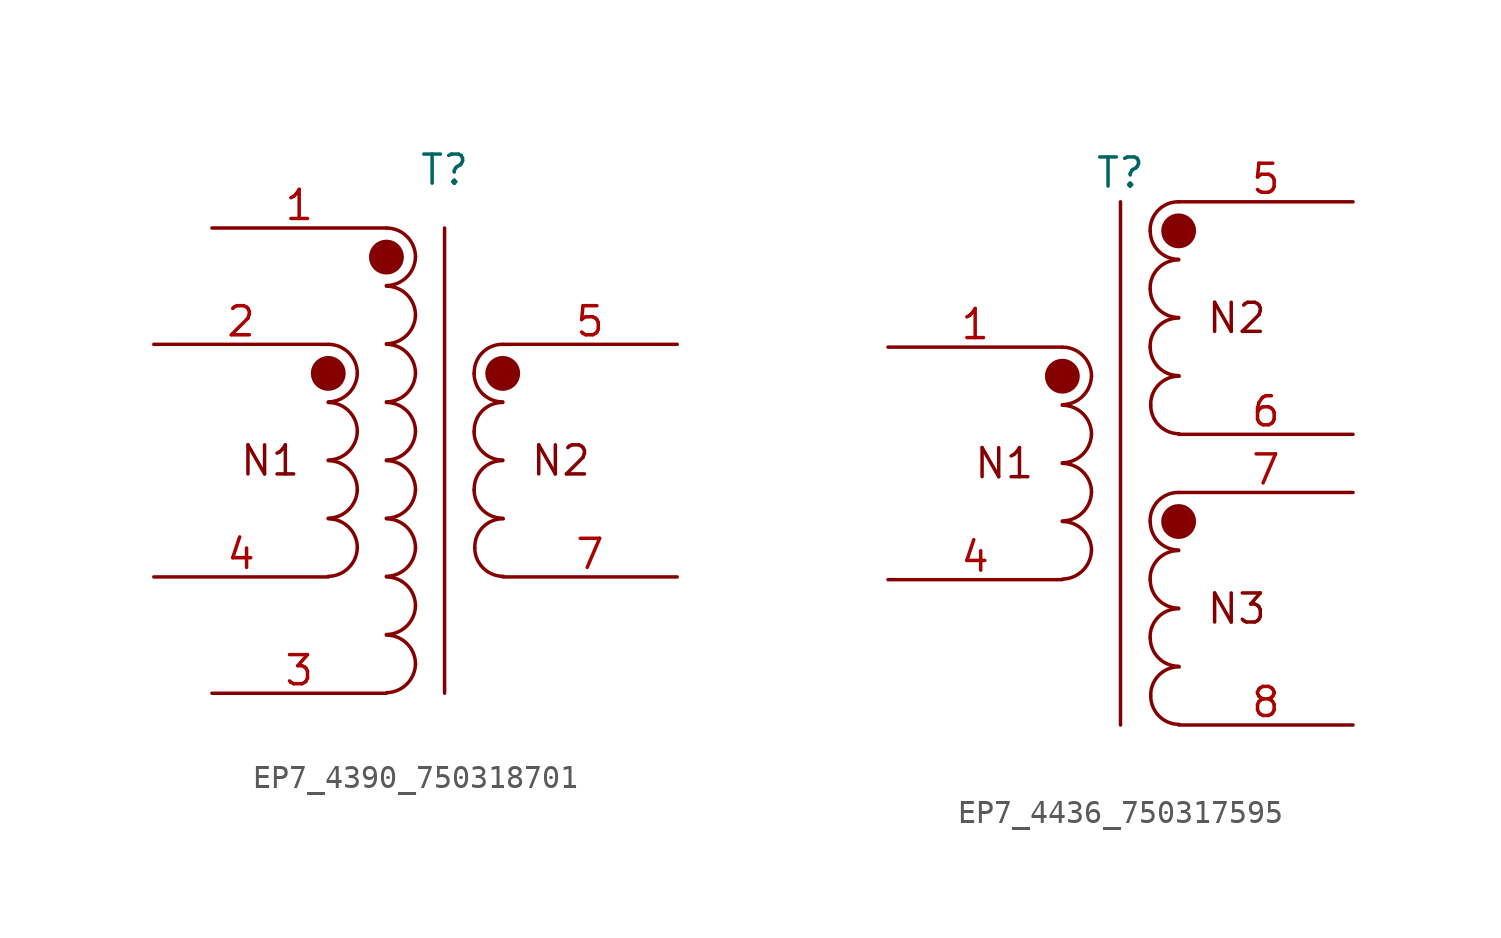
<source format=kicad_sym>
(kicad_symbol_lib
  (version 20220914)
  (generator kicad_symbol_editor)
  (symbol "EP7_4390_750318701"
    (pin_names hide)
    (property "Reference" "T"
      (at 0 12.7 0)
      (effects (font (size 1.27 1.27))))
    (symbol "EP7_4390_750318701_0_1"
      (arc (start -5.08 -5.0546) (mid -4.1961 -4.6863) (end -3.81 -3.81) (stroke (width 0) (type default)) (fill (type none)))
      (arc (start -5.08 -2.5146) (mid -4.1961 -2.1463) (end -3.81 -1.27) (stroke (width 0) (type default)) (fill (type none)))
      (arc (start -5.08 0.0254) (mid -4.1961 0.3937) (end -3.81 1.27) (stroke (width 0) (type default)) (fill (type none)))
      (arc (start -5.08 2.5654) (mid -4.1961 2.9337) (end -3.81 3.81) (stroke (width 0) (type default)) (fill (type none)))
      (arc (start -3.81 -3.81) (mid -4.182 -2.912) (end -5.08 -2.54) (stroke (width 0) (type default)) (fill (type none)))
      (arc (start -3.81 -1.27) (mid -4.182 -0.372) (end -5.08 0) (stroke (width 0) (type default)) (fill (type none)))
      (arc (start -3.81 1.27) (mid -4.182 2.168) (end -5.08 2.54) (stroke (width 0) (type default)) (fill (type none)))
      (arc (start -3.81 3.81) (mid -4.182 4.708) (end -5.08 5.08) (stroke (width 0) (type default)) (fill (type none)))
      (arc (start -2.54 -10.1346) (mid -1.6561 -9.7663) (end -1.27 -8.89) (stroke (width 0) (type default)) (fill (type none)))
      (arc (start -2.54 -7.5946) (mid -1.6561 -7.2263) (end -1.27 -6.35) (stroke (width 0) (type default)) (fill (type none)))
      (arc (start -2.54 -5.0546) (mid -1.6561 -4.6863) (end -1.27 -3.81) (stroke (width 0) (type default)) (fill (type none)))
      (arc (start -2.54 -2.5146) (mid -1.6561 -2.1463) (end -1.27 -1.27) (stroke (width 0) (type default)) (fill (type none)))
      (arc (start -2.54 0.0254) (mid -1.6561 0.3937) (end -1.27 1.27) (stroke (width 0) (type default)) (fill (type none)))
      (arc (start -2.54 2.5654) (mid -1.6561 2.9337) (end -1.27 3.81) (stroke (width 0) (type default)) (fill (type none)))
      (arc (start -2.54 5.1054) (mid -1.6561 5.4737) (end -1.27 6.35) (stroke (width 0) (type default)) (fill (type none)))
      (arc (start -2.54 7.6454) (mid -1.6561 8.0137) (end -1.27 8.89) (stroke (width 0) (type default)) (fill (type none)))
      (arc (start -1.27 -8.89) (mid -1.642 -7.992) (end -2.54 -7.62) (stroke (width 0) (type default)) (fill (type none)))
      (arc (start -1.27 -6.35) (mid -1.642 -5.452) (end -2.54 -5.08) (stroke (width 0) (type default)) (fill (type none)))
      (arc (start -1.27 -3.81) (mid -1.642 -2.912) (end -2.54 -2.54) (stroke (width 0) (type default)) (fill (type none)))
      (arc (start -1.27 -1.27) (mid -1.642 -0.372) (end -2.54 0) (stroke (width 0) (type default)) (fill (type none)))
      (arc (start -1.27 1.27) (mid -1.642 2.168) (end -2.54 2.54) (stroke (width 0) (type default)) (fill (type none)))
      (arc (start -1.27 3.81) (mid -1.642 4.708) (end -2.54 5.08) (stroke (width 0) (type default)) (fill (type none)))
      (arc (start -1.27 6.35) (mid -1.642 7.248) (end -2.54 7.62) (stroke (width 0) (type default)) (fill (type none)))
      (arc (start -1.27 8.89) (mid -1.642 9.788) (end -2.54 10.16) (stroke (width 0) (type default)) (fill (type none)))
      (polyline (pts (xy 0 10.16) (xy 0 -10.16)) (stroke (width 0) (type default)) (fill (type none)))
      (arc (start 1.2954 -1.27) (mid 1.6599 -2.1501) (end 2.54 -2.5146) (stroke (width 0) (type default)) (fill (type none)))
      (arc (start 1.2954 1.27) (mid 1.6599 0.3899) (end 2.54 0.0254) (stroke (width 0) (type default)) (fill (type none)))
      (arc (start 1.2954 3.81) (mid 1.6599 2.9299) (end 2.54 2.5654) (stroke (width 0) (type default)) (fill (type none)))
      (arc (start 1.3208 -3.81) (mid 1.6853 -4.6901) (end 2.5654 -5.0546) (stroke (width 0) (type default)) (fill (type none)))
      (arc (start 2.54 0) (mid 1.642 -0.372) (end 1.2954 -1.27) (stroke (width 0) (type default)) (fill (type none)))
      (arc (start 2.54 2.54) (mid 1.642 2.168) (end 1.2954 1.27) (stroke (width 0) (type default)) (fill (type none)))
      (arc (start 2.54 5.08) (mid 1.642 4.708) (end 1.2954 3.81) (stroke (width 0) (type default)) (fill (type none)))
      (arc (start 2.5654 -2.54) (mid 1.6674 -2.912) (end 1.3208 -3.81) (stroke (width 0) (type default)) (fill (type none))))
    (symbol "EP7_4390_750318701_1_1"
      (circle (center -5.08 3.81) (radius 0.0001) (stroke (width 0.762) (type default)) (fill (type none)))
      (circle (center -2.54 8.89) (radius 0.0001) (stroke (width 0.762) (type default)) (fill (type none)))
      (circle (center 2.54 3.81) (radius 0.0001) (stroke (width 0.762) (type default)) (fill (type none)))
      (text "N1" (at -7.62 0 0) (effects (font (size 1.27 1.27))))
      (text "N2" (at 5.08 0 0) (effects (font (size 1.27 1.27))))
      (pin passive line (at -10.16 10.16 0) (length 7.62) (name "1" (effects (font (size 1.27 1.27)))) (number "1" (effects (font (size 1.27 1.27)))))
      (pin passive line (at -12.7 5.08 0) (length 7.62) (name "2" (effects (font (size 1.27 1.27)))) (number "2" (effects (font (size 1.27 1.27)))))
      (pin passive line (at -10.16 -10.16 0) (length 7.62) (name "3" (effects (font (size 1.27 1.27)))) (number "3" (effects (font (size 1.27 1.27)))))
      (pin passive line (at -12.7 -5.08 0) (length 7.62) (name "4" (effects (font (size 1.27 1.27)))) (number "4" (effects (font (size 1.27 1.27)))))
      (pin passive line (at 10.16 5.08 180) (length 7.62) (name "5" (effects (font (size 1.27 1.27)))) (number "5" (effects (font (size 1.27 1.27)))))
      (pin passive line (at 10.16 5.08 180) (length 7.62) hide (name "6" (effects (font (size 1.27 1.27)))) (number "6" (effects (font (size 1.27 1.27)))))
      (pin passive line (at 10.16 -5.08 180) (length 7.62) (name "7" (effects (font (size 1.27 1.27)))) (number "7" (effects (font (size 1.27 1.27)))))
      (pin passive line (at 10.16 -5.08 180) (length 7.62) hide (name "8" (effects (font (size 1.27 1.27)))) (number "8" (effects (font (size 1.27 1.27)))))))
  (symbol "EP7_4436_750317595"
    (pin_names hide)
    (property "Reference" "T"
      (at 0 12.7 0)
      (effects (font (size 1.27 1.27))))
    (symbol "EP7_4436_750317595_0_1"
      (arc (start -2.54 -5.0546) (mid -1.6599 -4.6901) (end -1.27 -3.81) (stroke (width 0) (type default)) (fill (type none)))
      (arc (start -2.54 -2.5146) (mid -1.6599 -2.1501) (end -1.27 -1.27) (stroke (width 0) (type default)) (fill (type none)))
      (arc (start -2.54 0.0254) (mid -1.6599 0.3899) (end -1.27 1.27) (stroke (width 0) (type default)) (fill (type none)))
      (arc (start -2.54 2.5654) (mid -1.6599 2.9299) (end -1.27 3.81) (stroke (width 0) (type default)) (fill (type none)))
      (arc (start -1.27 -3.81) (mid -1.642 -2.912) (end -2.54 -2.54) (stroke (width 0) (type default)) (fill (type none)))
      (arc (start -1.27 -1.27) (mid -1.642 -0.372) (end -2.54 0) (stroke (width 0) (type default)) (fill (type none)))
      (arc (start -1.27 1.27) (mid -1.642 2.168) (end -2.54 2.54) (stroke (width 0) (type default)) (fill (type none)))
      (arc (start -1.27 3.81) (mid -1.642 4.708) (end -2.54 5.08) (stroke (width 0) (type default)) (fill (type none)))
      (polyline (pts (xy 0 11.43) (xy 0 -11.43)) (stroke (width 0) (type default)) (fill (type none)))
      (arc (start 1.2954 -7.62) (mid 1.6599 -8.5001) (end 2.54 -8.8646) (stroke (width 0) (type default)) (fill (type none)))
      (arc (start 1.2954 -5.08) (mid 1.6599 -5.9601) (end 2.54 -6.3246) (stroke (width 0) (type default)) (fill (type none)))
      (arc (start 1.2954 -2.54) (mid 1.6599 -3.4201) (end 2.54 -3.7846) (stroke (width 0) (type default)) (fill (type none)))
      (arc (start 1.2954 5.08) (mid 1.6599 4.1999) (end 2.54 3.8354) (stroke (width 0) (type default)) (fill (type none)))
      (arc (start 1.2954 7.62) (mid 1.6599 6.7399) (end 2.54 6.3754) (stroke (width 0) (type default)) (fill (type none)))
      (arc (start 1.2954 10.16) (mid 1.6599 9.2799) (end 2.54 8.9154) (stroke (width 0) (type default)) (fill (type none)))
      (arc (start 1.3208 -10.16) (mid 1.6855 -11.0399) (end 2.5654 -11.4046) (stroke (width 0) (type default)) (fill (type none)))
      (arc (start 1.3208 2.54) (mid 1.6854 1.6601) (end 2.5654 1.2954) (stroke (width 0) (type default)) (fill (type none)))
      (arc (start 2.54 -6.35) (mid 1.6458 -6.7185) (end 1.2954 -7.62) (stroke (width 0) (type default)) (fill (type none)))
      (arc (start 2.54 -3.81) (mid 1.6458 -4.1785) (end 1.2954 -5.08) (stroke (width 0) (type default)) (fill (type none)))
      (arc (start 2.54 -1.27) (mid 1.6458 -1.6385) (end 1.2954 -2.54) (stroke (width 0) (type default)) (fill (type none)))
      (arc (start 2.54 6.35) (mid 1.6458 5.9815) (end 1.2954 5.08) (stroke (width 0) (type default)) (fill (type none)))
      (arc (start 2.54 8.89) (mid 1.6458 8.5215) (end 1.2954 7.62) (stroke (width 0) (type default)) (fill (type none)))
      (arc (start 2.54 11.43) (mid 1.6458 11.0615) (end 1.2954 10.16) (stroke (width 0) (type default)) (fill (type none)))
      (arc (start 2.5654 -8.89) (mid 1.6709 -9.2583) (end 1.3208 -10.16) (stroke (width 0) (type default)) (fill (type none)))
      (arc (start 2.5654 3.81) (mid 1.6709 3.4417) (end 1.3208 2.54) (stroke (width 0) (type default)) (fill (type none))))
    (symbol "EP7_4436_750317595_1_1"
      (circle (center -2.54 3.81) (radius 0.0001) (stroke (width 0.762) (type default)) (fill (type none)))
      (circle (center 2.54 -2.54) (radius 0.0001) (stroke (width 0.762) (type default)) (fill (type none)))
      (circle (center 2.54 10.16) (radius 0.0001) (stroke (width 0.762) (type default)) (fill (type none)))
      (text "N1" (at -5.08 0 0) (effects (font (size 1.27 1.27))))
      (text "N2" (at 5.08 6.35 0) (effects (font (size 1.27 1.27))))
      (text "N3" (at 5.08 -6.35 0) (effects (font (size 1.27 1.27))))
      (pin passive line (at -10.16 5.08 0) (length 7.62) (name "1" (effects (font (size 1.27 1.27)))) (number "1" (effects (font (size 1.27 1.27)))))
      (pin passive line (at -10.16 -5.08 0) (length 7.62) (name "4" (effects (font (size 1.27 1.27)))) (number "4" (effects (font (size 1.27 1.27)))))
      (pin passive line (at 10.16 11.43 180) (length 7.62) (name "5" (effects (font (size 1.27 1.27)))) (number "5" (effects (font (size 1.27 1.27)))))
      (pin passive line (at 10.16 1.27 180) (length 7.62) (name "6" (effects (font (size 1.27 1.27)))) (number "6" (effects (font (size 1.27 1.27)))))
      (pin passive line (at 10.16 -1.27 180) (length 7.62) (name "7" (effects (font (size 1.27 1.27)))) (number "7" (effects (font (size 1.27 1.27)))))
      (pin passive line (at 10.16 -11.43 180) (length 7.62) (name "8" (effects (font (size 1.27 1.27)))) (number "8" (effects (font (size 1.27 1.27))))))))
</source>
